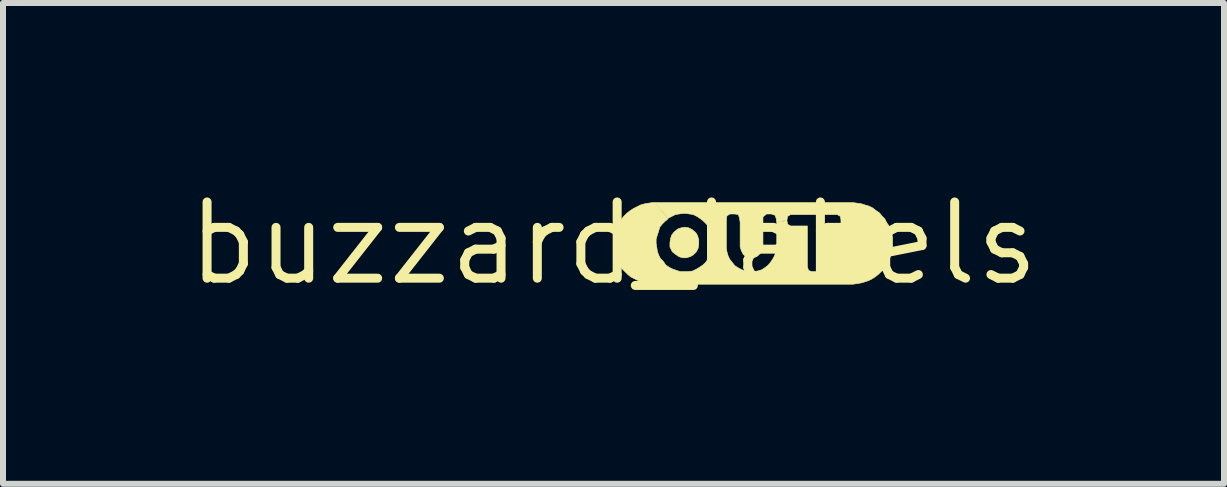
<source format=kicad_pcb>
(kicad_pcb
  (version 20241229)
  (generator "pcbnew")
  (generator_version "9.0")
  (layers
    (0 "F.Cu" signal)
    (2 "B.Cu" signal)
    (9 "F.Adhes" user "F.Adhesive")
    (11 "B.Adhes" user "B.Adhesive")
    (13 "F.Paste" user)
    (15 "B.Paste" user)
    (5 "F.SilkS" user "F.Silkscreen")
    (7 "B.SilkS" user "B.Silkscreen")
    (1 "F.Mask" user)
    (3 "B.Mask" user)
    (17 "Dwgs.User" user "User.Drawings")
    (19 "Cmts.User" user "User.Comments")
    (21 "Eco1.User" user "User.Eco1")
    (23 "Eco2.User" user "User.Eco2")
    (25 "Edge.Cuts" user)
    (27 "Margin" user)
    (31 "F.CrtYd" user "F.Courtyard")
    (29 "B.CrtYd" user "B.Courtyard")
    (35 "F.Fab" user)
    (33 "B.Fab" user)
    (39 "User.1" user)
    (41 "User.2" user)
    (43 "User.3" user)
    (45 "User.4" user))
  (footprint "buzzard_labels"
    (layer "F.Cu")
    (at 7.174 1.006)
    (property "Reference" "buzzard_labels" (at 0 0 0) (layer "F.SilkS") (effects (font (size 1.27 1.27) (thickness 0.15))))
    (attr exclude_from_pos_files exclude_from_bom)
    (fp_poly (pts (xy 0.98 0.14) (xy 1.03 0.18) (xy 1.09 0.22) (xy 1.15 0.24) (xy 1.21 0.24) (xy 1.28 0.22) (xy 1.33 0.19) (xy 1.38 0.14) (xy 1.41 0.08) (xy 1.42 0.01) (xy 1.42 -0.06) (xy 1.4 -0.13) (xy 1.37 -0.18) (xy 1.31 -0.23) (xy 1.25 -0.26) (xy 1.19 -0.27) (xy 1.13 -0.26) (xy 1.07 -0.24) (xy 1.01 -0.19) (xy 0.97 -0.14) (xy 0.95 -0.08) (xy 0.94 -0.01) (xy 0.94 0.06) (xy 0.98 0.14)) (stroke (width 0.01) (type solid)) (fill yes) (layer "F.SilkS"))
    (fp_poly (pts (xy 0.65 -0.68) (xy 0.58 -0.67) (xy 0.52 -0.66) (xy 0.45 -0.64) (xy 0.39 -0.61) (xy 0.33 -0.58) (xy 0.27 -0.54) (xy 0.22 -0.5) (xy 0.17 -0.45) (xy 0.13 -0.4) (xy 0.09 -0.34) (xy 0.06 -0.29) (xy 0.04 -0.22) (xy 0.02 -0.16) (xy 0.01 -0.09) (xy 0 -0.02) (xy 0 0.04) (xy 0.01 0.11) (xy 0.02 0.18) (xy 0.04 0.24) (xy 0.07 0.3) (xy 0.11 0.36) (xy 0.14 0.42) (xy 0.19 0.47) (xy 0.24 0.52) (xy 0.29 0.56) (xy 0.35 0.59) (xy 0.41 0.62) (xy 0.47 0.65) (xy 0.54 0.66) (xy 0.61 0.67) (xy 0.67 0.68) (xy 3.92 0.68) (xy 3.99 0.68) (xy 4.06 0.67) (xy 4.12 0.66) (xy 4.19 0.64) (xy 4.25 0.62) (xy 4.31 0.59) (xy 4.37 0.55) (xy 4.42 0.51) (xy 4.47 0.46) (xy 4.51 0.41) (xy 4.55 0.36) (xy 4.58 0.3) (xy 4.61 0.23) (xy 4.63 0.17) (xy 4.65 0.1) (xy 4.65 0.04) (xy 4.65 -0.03) (xy 4.65 -0.1) (xy 4.63 -0.17) (xy 4.61 -0.23) (xy 4.59 -0.29) (xy 4.55 -0.35) (xy 4.52 -0.41) (xy 4.47 -0.46) (xy 4.43 -0.51) (xy 4.37 -0.55) (xy 4.32 -0.59) (xy 4.26 -0.62) (xy 4.19 -0.64) (xy 4.13 -0.66) (xy 4.06 -0.67) (xy 3.99 -0.68) (xy 0.68 -0.68) (xy 0.91 -0.42) (xy 0.97 -0.45) (xy 1.03 -0.48) (xy 1.09 -0.49) (xy 1.16 -0.5) (xy 1.2 -0.5) (xy 1.27 -0.49) (xy 1.33 -0.48) (xy 1.39 -0.45) (xy 1.45 -0.41) (xy 1.5 -0.37) (xy 1.55 -0.32) (xy 1.59 -0.26) (xy 1.62 -0.2) (xy 1.64 -0.14) (xy 1.65 -0.07) (xy 1.65 0) (xy 1.88 0.01) (xy 1.88 -0.4) (xy 1.89 -0.46) (xy 1.94 -0.49) (xy 2.02 -0.49) (xy 2.08 -0.48) (xy 2.1 -0.42) (xy 2.11 -0.35) (xy 2.11 -0.01) (xy 2.11 0.06) (xy 2.13 0.12) (xy 2.16 0.18) (xy 2.21 0.23) (xy 2.27 0.24) (xy 2.34 0.24) (xy 2.4 0.21) (xy 2.45 0.16) (xy 2.47 0.1) (xy 2.49 0.03) (xy 2.49 -0.37) (xy 2.49 -0.44) (xy 2.55 -0.49) (xy 2.63 -0.49) (xy 2.69 -0.47) (xy 2.71 -0.42) (xy 2.72 -0.35) (xy 2.89 -0.39) (xy 2.9 -0.45) (xy 2.95 -0.48) (xy 2.98 -0.48) (xy 3.73 -0.48) (xy 3.78 -0.45) (xy 3.79 -0.39) (xy 3.79 -0.32) (xy 3.73 -0.29) (xy 3.66 -0.29) (xy 3.46 -0.29) (xy 3.45 -0.23) (xy 3.45 0.39) (xy 3.43 0.45) (xy 3.38 0.47) (xy 3.3 0.47) (xy 3.25 0.45) (xy 3.23 0.39) (xy 3.23 -0.23) (xy 3.23 -0.29) (xy 2.95 -0.29) (xy 2.9 -0.32) (xy 2.89 -0.38) (xy 2.72 -0.35) (xy 2.72 -0.01) (xy 2.71 0.06) (xy 2.7 0.13) (xy 2.69 0.19) (xy 2.66 0.25) (xy 2.62 0.31) (xy 2.58 0.36) (xy 2.53 0.4) (xy 2.47 0.44) (xy 2.4 0.46) (xy 2.34 0.47) (xy 2.27 0.47) (xy 2.2 0.46) (xy 2.14 0.44) (xy 2.08 0.41) (xy 2.02 0.37) (xy 1.98 0.32) (xy 1.94 0.27) (xy 1.91 0.21) (xy 1.89 0.14) (xy 1.88 0.08) (xy 1.88 0.01) (xy 1.65 0) (xy 1.65 0.07) (xy 1.63 0.13) (xy 1.61 0.19) (xy 1.58 0.25) (xy 1.54 0.31) (xy 1.49 0.36) (xy 1.43 0.4) (xy 1.38 0.43) (xy 1.32 0.46) (xy 1.25 0.47) (xy 1.18 0.47) (xy 1.11 0.47) (xy 1.05 0.45) (xy 0.99 0.43) (xy 0.93 0.4) (xy 0.87 0.36) (xy 0.83 0.3) (xy 0.78 0.25) (xy 0.75 0.19) (xy 0.73 0.13) (xy 0.72 0.06) (xy 0.71 0) (xy 0.71 -0.07) (xy 0.73 -0.14) (xy 0.75 -0.2) (xy 0.77 -0.27) (xy 0.81 -0.32) (xy 0.86 -0.37) (xy 0.91 -0.41) (xy 0.68 -0.68) (xy 0.65 -0.68)) (stroke (width 0.01) (type solid)) (fill yes) (layer "F.SilkS")))
  (gr_rect
    (start -3 -3)
    (end 17.347 5.012)
    (stroke (width 0.1) (type default))
    (fill no)
    (layer "Edge.Cuts")))
</source>
